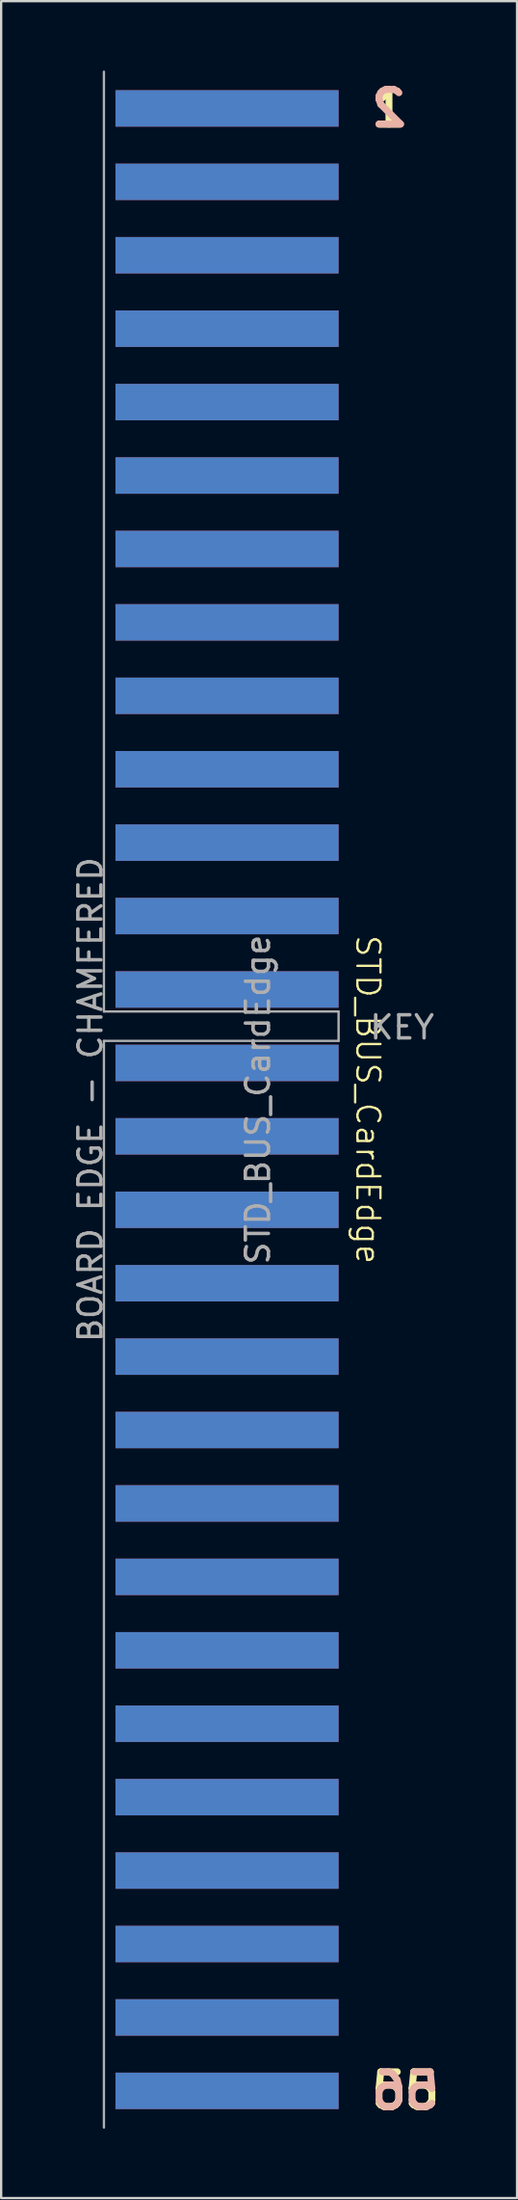
<source format=kicad_pcb>
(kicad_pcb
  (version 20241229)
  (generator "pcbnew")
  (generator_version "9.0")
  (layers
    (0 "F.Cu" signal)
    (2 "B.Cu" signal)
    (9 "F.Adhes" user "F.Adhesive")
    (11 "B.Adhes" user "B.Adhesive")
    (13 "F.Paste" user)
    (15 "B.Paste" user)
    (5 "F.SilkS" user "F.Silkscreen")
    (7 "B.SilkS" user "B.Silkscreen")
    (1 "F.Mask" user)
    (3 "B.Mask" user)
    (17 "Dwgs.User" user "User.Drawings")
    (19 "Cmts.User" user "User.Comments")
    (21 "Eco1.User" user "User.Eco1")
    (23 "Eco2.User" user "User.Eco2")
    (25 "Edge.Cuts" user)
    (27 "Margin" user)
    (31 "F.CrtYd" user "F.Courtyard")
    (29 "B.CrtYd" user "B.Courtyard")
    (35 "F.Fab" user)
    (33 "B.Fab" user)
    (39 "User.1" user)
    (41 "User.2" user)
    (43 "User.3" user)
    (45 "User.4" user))
  (footprint "STD_BUS_CardEdge"
    (layer "F.Cu")
    (at 6.53 44.5)
    (property "Reference" "STD_BUS_CardEdge" (at 6.35 0 270) (unlocked yes) (layer "F.SilkS") (effects (font (size 1 1) (thickness 0.1))))
    (attr smd)
    (fp_line (start -5.08 -44.45) (end -5.08 -3.81) (stroke (width 0.1) (type default)) (layer "F.Fab"))
    (fp_line (start -5.08 -2.54) (end -5.08 44.45) (stroke (width 0.1) (type default)) (layer "F.Fab"))
    (fp_line (start -5.08 -2.54) (end 5.08 -2.54) (stroke (width 0.1) (type default)) (layer "F.Fab"))
    (fp_line (start 5.08 -3.81) (end -5.08 -3.81) (stroke (width 0.1) (type default)) (layer "F.Fab"))
    (fp_line (start 5.08 -2.54) (end 5.08 -3.81) (stroke (width 0.1) (type default)) (layer "F.Fab"))
    (fp_text user "55" (at 6.35 42.862 0) (unlocked yes) (layer "F.SilkS") (effects (font (size 1.5 1.5) (thickness 0.3) (bold yes)) (justify left)))
    (fp_text user "1" (at 6.35 -42.862 0) (unlocked yes) (layer "F.SilkS") (effects (font (size 1.5 1.5) (thickness 0.3) (bold yes)) (justify left)))
    (fp_text user "56" (at 6.35 42.862 0) (unlocked yes) (layer "B.SilkS") (effects (font (size 1.5 1.5) (thickness 0.3) (bold yes)) (justify right mirror)))
    (fp_text user "2" (at 6.35 -42.862 0) (unlocked yes) (layer "B.SilkS") (effects (font (size 1.5 1.5) (thickness 0.3) (bold yes)) (justify right mirror)))
    (fp_text user "BOARD EDGE - CHAMFERED" (at -5.08 0 90) (unlocked yes) (layer "F.Fab") (effects (font (size 1 1) (thickness 0.15)) (justify bottom)))
    (fp_text user "${REFERENCE}" (at 1.587 0 90) (unlocked yes) (layer "F.Fab") (effects (font (size 1 1) (thickness 0.15))))
    (fp_text user "KEY" (at 6.35 -2.54 0) (unlocked yes) (layer "F.Fab") (effects (font (size 1 1) (thickness 0.15)) (justify left bottom)))
    (pad "1" smd rect (at 0.25 -42.862) (size 9.66 1.575) (layers "F.Cu"))
    (pad "2" smd rect (at 0.25 -42.862) (size 9.66 1.575) (layers "B.Cu"))
    (pad "3" smd rect (at 0.25 -39.688) (size 9.66 1.575) (layers "F.Cu"))
    (pad "4" smd rect (at 0.25 -39.688) (size 9.66 1.575) (layers "B.Cu"))
    (pad "5" smd rect (at 0.25 -36.513) (size 9.66 1.575) (layers "F.Cu"))
    (pad "6" smd rect (at 0.25 -36.513) (size 9.66 1.575) (layers "B.Cu"))
    (pad "7" smd rect (at 0.25 -33.337) (size 9.66 1.575) (layers "F.Cu"))
    (pad "8" smd rect (at 0.25 -33.337) (size 9.66 1.575) (layers "B.Cu"))
    (pad "9" smd rect (at 0.25 -30.163) (size 9.66 1.575) (layers "F.Cu"))
    (pad "10" smd rect (at 0.25 -30.163) (size 9.66 1.575) (layers "B.Cu"))
    (pad "11" smd rect (at 0.25 -26.988) (size 9.66 1.575) (layers "F.Cu"))
    (pad "12" smd rect (at 0.25 -26.988) (size 9.66 1.575) (layers "B.Cu"))
    (pad "13" smd rect (at 0.25 -23.812) (size 9.66 1.575) (layers "F.Cu"))
    (pad "14" smd rect (at 0.25 -23.812) (size 9.66 1.575) (layers "B.Cu"))
    (pad "15" smd rect (at 0.25 -20.637) (size 9.66 1.575) (layers "F.Cu"))
    (pad "16" smd rect (at 0.25 -20.637) (size 9.66 1.575) (layers "B.Cu"))
    (pad "17" smd rect (at 0.25 -17.462) (size 9.66 1.575) (layers "F.Cu"))
    (pad "18" smd rect (at 0.25 -17.462) (size 9.66 1.575) (layers "B.Cu"))
    (pad "19" smd rect (at 0.25 -14.287) (size 9.66 1.575) (layers "F.Cu"))
    (pad "20" smd rect (at 0.25 -14.287) (size 9.66 1.575) (layers "B.Cu"))
    (pad "21" smd rect (at 0.25 -11.113) (size 9.66 1.575) (layers "F.Cu"))
    (pad "22" smd rect (at 0.25 -11.113) (size 9.66 1.575) (layers "B.Cu"))
    (pad "23" smd rect (at 0.25 -7.938) (size 9.66 1.575) (layers "F.Cu"))
    (pad "24" smd rect (at 0.25 -7.938) (size 9.66 1.575) (layers "B.Cu"))
    (pad "25" smd rect (at 0.25 -4.763) (size 9.66 1.575) (layers "F.Cu"))
    (pad "26" smd rect (at 0.25 -4.763) (size 9.66 1.575) (layers "B.Cu"))
    (pad "27" smd rect (at 0.25 -1.587) (size 9.66 1.575) (layers "F.Cu"))
    (pad "28" smd rect (at 0.25 -1.587) (size 9.66 1.575) (layers "B.Cu"))
    (pad "29" smd rect (at 0.25 1.587) (size 9.66 1.575) (layers "F.Cu"))
    (pad "30" smd rect (at 0.25 1.587) (size 9.66 1.575) (layers "B.Cu"))
    (pad "31" smd rect (at 0.25 4.763) (size 9.66 1.575) (layers "F.Cu"))
    (pad "32" smd rect (at 0.25 4.763) (size 9.66 1.575) (layers "B.Cu"))
    (pad "33" smd rect (at 0.25 7.938) (size 9.66 1.575) (layers "F.Cu"))
    (pad "34" smd rect (at 0.25 7.938) (size 9.66 1.575) (layers "B.Cu"))
    (pad "35" smd rect (at 0.25 11.113) (size 9.66 1.575) (layers "F.Cu"))
    (pad "36" smd rect (at 0.25 11.113) (size 9.66 1.575) (layers "B.Cu"))
    (pad "37" smd rect (at 0.25 14.287) (size 9.66 1.575) (layers "F.Cu"))
    (pad "38" smd rect (at 0.25 14.287) (size 9.66 1.575) (layers "B.Cu"))
    (pad "39" smd rect (at 0.25 17.462) (size 9.66 1.575) (layers "F.Cu"))
    (pad "40" smd rect (at 0.25 17.462) (size 9.66 1.575) (layers "B.Cu"))
    (pad "41" smd rect (at 0.25 20.637) (size 9.66 1.575) (layers "F.Cu"))
    (pad "42" smd rect (at 0.25 20.637) (size 9.66 1.575) (layers "B.Cu"))
    (pad "43" smd rect (at 0.25 23.812) (size 9.66 1.575) (layers "F.Cu"))
    (pad "44" smd rect (at 0.25 23.812) (size 9.66 1.575) (layers "B.Cu"))
    (pad "45" smd rect (at 0.25 26.988) (size 9.66 1.575) (layers "F.Cu"))
    (pad "46" smd rect (at 0.25 26.988) (size 9.66 1.575) (layers "B.Cu"))
    (pad "47" smd rect (at 0.25 30.163) (size 9.66 1.575) (layers "F.Cu"))
    (pad "48" smd rect (at 0.25 30.163) (size 9.66 1.575) (layers "B.Cu"))
    (pad "49" smd rect (at 0.25 33.337) (size 9.66 1.575) (layers "F.Cu"))
    (pad "50" smd rect (at 0.25 33.337) (size 9.66 1.575) (layers "B.Cu"))
    (pad "51" smd rect (at 0.25 36.513) (size 9.66 1.575) (layers "F.Cu"))
    (pad "52" smd rect (at 0.25 36.513) (size 9.66 1.575) (layers "B.Cu"))
    (pad "53" smd rect (at 0.25 39.688) (size 9.66 1.575) (layers "F.Cu"))
    (pad "54" smd rect (at 0.25 39.688) (size 9.66 1.575) (layers "B.Cu"))
    (pad "55" smd rect (at 0.25 42.862) (size 9.66 1.575) (layers "F.Cu"))
    (pad "56" smd rect (at 0.25 42.862) (size 9.66 1.575) (layers "B.Cu")))
  (gr_rect
    (start -3 -3)
    (end 19.337 92)
    (stroke (width 0.1) (type default))
    (fill no)
    (layer "Edge.Cuts")))
</source>
